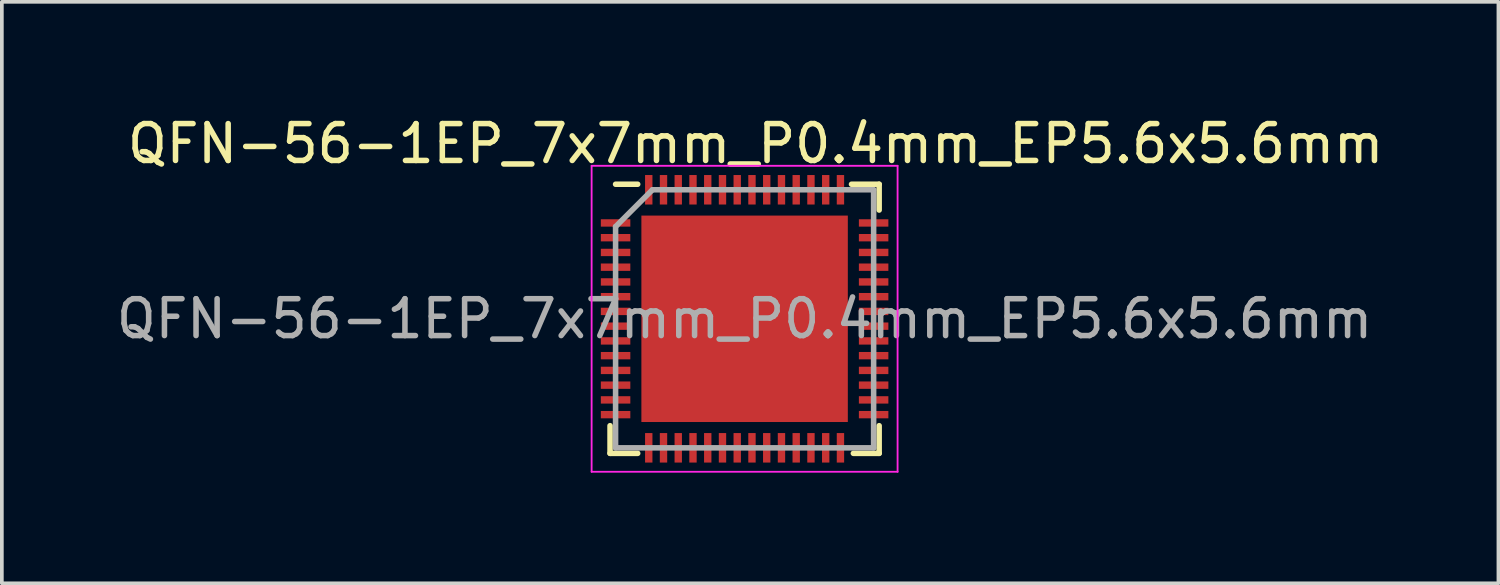
<source format=kicad_pcb>
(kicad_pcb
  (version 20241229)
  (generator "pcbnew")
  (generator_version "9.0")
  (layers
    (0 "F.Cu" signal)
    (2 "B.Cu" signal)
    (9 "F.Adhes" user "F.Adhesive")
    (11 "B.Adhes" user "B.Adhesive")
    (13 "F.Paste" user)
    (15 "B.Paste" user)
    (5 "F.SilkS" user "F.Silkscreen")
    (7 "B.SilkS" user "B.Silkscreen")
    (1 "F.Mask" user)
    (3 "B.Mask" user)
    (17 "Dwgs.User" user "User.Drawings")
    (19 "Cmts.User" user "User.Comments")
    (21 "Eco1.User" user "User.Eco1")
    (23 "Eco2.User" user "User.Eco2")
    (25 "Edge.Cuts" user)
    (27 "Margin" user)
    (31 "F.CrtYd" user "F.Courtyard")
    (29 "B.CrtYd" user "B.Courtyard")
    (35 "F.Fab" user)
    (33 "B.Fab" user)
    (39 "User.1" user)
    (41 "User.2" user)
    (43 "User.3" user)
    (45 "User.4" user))
  (footprint "QFN-56-1EP_7x7mm_P0.4mm_EP5.6x5.6mm"
    (layer "F.Cu")
    (at 17.149 5.598)
    (property "Reference" "QFN-56-1EP_7x7mm_P0.4mm_EP5.6x5.6mm" (at 0.3 -4.75 0) (layer "F.SilkS") (effects (font (size 1 1) (thickness 0.15))))
    (attr smd)
    (fp_line (start -3.65 2.9) (end -3.65 3.65) (stroke (width 0.15) (type solid)) (layer "F.SilkS"))
    (fp_line (start -3.65 3.65) (end -2.9 3.65) (stroke (width 0.15) (type solid)) (layer "F.SilkS"))
    (fp_line (start -3.5 -3.65) (end -2.9 -3.65) (stroke (width 0.15) (type solid)) (layer "F.SilkS"))
    (fp_line (start 3.65 -3.65) (end 2.9 -3.65) (stroke (width 0.15) (type solid)) (layer "F.SilkS"))
    (fp_line (start 3.65 -3.65) (end 3.65 -2.95) (stroke (width 0.15) (type solid)) (layer "F.SilkS"))
    (fp_line (start 3.65 2.9) (end 3.65 3.65) (stroke (width 0.15) (type solid)) (layer "F.SilkS"))
    (fp_line (start 3.65 3.65) (end 2.95 3.65) (stroke (width 0.15) (type solid)) (layer "F.SilkS"))
    (fp_line (start -4.15 -4.15) (end -4.15 4.15) (stroke (width 0.05) (type solid)) (layer "F.CrtYd"))
    (fp_line (start -4.15 -4.15) (end 4.15 -4.15) (stroke (width 0.05) (type solid)) (layer "F.CrtYd"))
    (fp_line (start -4.15 4.15) (end 4.15 4.15) (stroke (width 0.05) (type solid)) (layer "F.CrtYd"))
    (fp_line (start 4.15 -4.15) (end 4.15 4.15) (stroke (width 0.05) (type solid)) (layer "F.CrtYd"))
    (fp_line (start -3.5 -2.5) (end -2.5 -3.5) (stroke (width 0.15) (type solid)) (layer "F.Fab"))
    (fp_line (start -3.5 3.5) (end -3.5 -2.5) (stroke (width 0.15) (type solid)) (layer "F.Fab"))
    (fp_line (start -2.5 -3.5) (end 3.5 -3.5) (stroke (width 0.15) (type solid)) (layer "F.Fab"))
    (fp_line (start 3.5 -3.5) (end 3.5 3.5) (stroke (width 0.15) (type solid)) (layer "F.Fab"))
    (fp_line (start 3.5 3.5) (end -3.5 3.5) (stroke (width 0.15) (type solid)) (layer "F.Fab"))
    (fp_text user "${REFERENCE}" (at 0 0 0) (layer "F.Fab") (effects (font (size 1 1) (thickness 0.15))))
    (pad "" smd rect (at -2.24 -2.24) (size 0.9 0.9) (layers "F.Paste"))
    (pad "" smd rect (at -2.24 -1.12) (size 0.9 0.9) (layers "F.Paste"))
    (pad "" smd rect (at -2.24 0) (size 0.9 0.9) (layers "F.Paste"))
    (pad "" smd rect (at -2.24 1.12) (size 0.9 0.9) (layers "F.Paste"))
    (pad "" smd rect (at -2.24 2.24) (size 0.9 0.9) (layers "F.Paste"))
    (pad "" smd rect (at -1.12 -2.24) (size 0.9 0.9) (layers "F.Paste"))
    (pad "" smd rect (at -1.12 -1.12) (size 0.9 0.9) (layers "F.Paste"))
    (pad "" smd rect (at -1.12 0) (size 0.9 0.9) (layers "F.Paste"))
    (pad "" smd rect (at -1.12 1.12) (size 0.9 0.9) (layers "F.Paste"))
    (pad "" smd rect (at -1.12 2.24) (size 0.9 0.9) (layers "F.Paste"))
    (pad "" smd rect (at 0 -2.24) (size 0.9 0.9) (layers "F.Paste"))
    (pad "" smd rect (at 0 -1.12) (size 0.9 0.9) (layers "F.Paste"))
    (pad "" smd rect (at 0 0) (size 0.9 0.9) (layers "F.Paste"))
    (pad "" smd rect (at 0 1.12) (size 0.9 0.9) (layers "F.Paste"))
    (pad "" smd rect (at 0 2.24) (size 0.9 0.9) (layers "F.Paste"))
    (pad "" smd rect (at 1.12 -2.24) (size 0.9 0.9) (layers "F.Paste"))
    (pad "" smd rect (at 1.12 -1.12) (size 0.9 0.9) (layers "F.Paste"))
    (pad "" smd rect (at 1.12 0) (size 0.9 0.9) (layers "F.Paste"))
    (pad "" smd rect (at 1.12 1.12) (size 0.9 0.9) (layers "F.Paste"))
    (pad "" smd rect (at 1.12 2.24) (size 0.9 0.9) (layers "F.Paste"))
    (pad "" smd rect (at 2.24 -2.24) (size 0.9 0.9) (layers "F.Paste"))
    (pad "" smd rect (at 2.24 -1.12) (size 0.9 0.9) (layers "F.Paste"))
    (pad "" smd rect (at 2.24 0) (size 0.9 0.9) (layers "F.Paste"))
    (pad "" smd rect (at 2.24 1.12) (size 0.9 0.9) (layers "F.Paste"))
    (pad "" smd rect (at 2.24 2.24) (size 0.9 0.9) (layers "F.Paste"))
    (pad "1" smd rect (at -3.5 -2.6) (size 0.8 0.2) (layers "F.Cu" "F.Mask" "F.Paste"))
    (pad "2" smd rect (at -3.5 -2.2) (size 0.8 0.2) (layers "F.Cu" "F.Mask" "F.Paste"))
    (pad "3" smd rect (at -3.5 -1.8) (size 0.8 0.2) (layers "F.Cu" "F.Mask" "F.Paste"))
    (pad "4" smd rect (at -3.5 -1.4) (size 0.8 0.2) (layers "F.Cu" "F.Mask" "F.Paste"))
    (pad "5" smd rect (at -3.5 -1) (size 0.8 0.2) (layers "F.Cu" "F.Mask" "F.Paste"))
    (pad "6" smd rect (at -3.5 -0.6) (size 0.8 0.2) (layers "F.Cu" "F.Mask" "F.Paste"))
    (pad "7" smd rect (at -3.5 -0.2) (size 0.8 0.2) (layers "F.Cu" "F.Mask" "F.Paste"))
    (pad "8" smd rect (at -3.5 0.2) (size 0.8 0.2) (layers "F.Cu" "F.Mask" "F.Paste"))
    (pad "9" smd rect (at -3.5 0.6) (size 0.8 0.2) (layers "F.Cu" "F.Mask" "F.Paste"))
    (pad "10" smd rect (at -3.5 1) (size 0.8 0.2) (layers "F.Cu" "F.Mask" "F.Paste"))
    (pad "11" smd rect (at -3.5 1.4) (size 0.8 0.2) (layers "F.Cu" "F.Mask" "F.Paste"))
    (pad "12" smd rect (at -3.5 1.8) (size 0.8 0.2) (layers "F.Cu" "F.Mask" "F.Paste"))
    (pad "13" smd rect (at -3.5 2.2) (size 0.8 0.2) (layers "F.Cu" "F.Mask" "F.Paste"))
    (pad "14" smd rect (at -3.5 2.6) (size 0.8 0.2) (layers "F.Cu" "F.Mask" "F.Paste"))
    (pad "15" smd rect (at -2.6 3.5 90) (size 0.8 0.2) (layers "F.Cu" "F.Mask" "F.Paste"))
    (pad "16" smd rect (at -2.2 3.5 90) (size 0.8 0.2) (layers "F.Cu" "F.Mask" "F.Paste"))
    (pad "17" smd rect (at -1.8 3.5 90) (size 0.8 0.2) (layers "F.Cu" "F.Mask" "F.Paste"))
    (pad "18" smd rect (at -1.4 3.5 90) (size 0.8 0.2) (layers "F.Cu" "F.Mask" "F.Paste"))
    (pad "19" smd rect (at -1 3.5 90) (size 0.8 0.2) (layers "F.Cu" "F.Mask" "F.Paste"))
    (pad "20" smd rect (at -0.6 3.5 90) (size 0.8 0.2) (layers "F.Cu" "F.Mask" "F.Paste"))
    (pad "21" smd rect (at -0.2 3.5 90) (size 0.8 0.2) (layers "F.Cu" "F.Mask" "F.Paste"))
    (pad "22" smd rect (at 0.2 3.5 90) (size 0.8 0.2) (layers "F.Cu" "F.Mask" "F.Paste"))
    (pad "23" smd rect (at 0.6 3.5 90) (size 0.8 0.2) (layers "F.Cu" "F.Mask" "F.Paste"))
    (pad "24" smd rect (at 1 3.5 90) (size 0.8 0.2) (layers "F.Cu" "F.Mask" "F.Paste"))
    (pad "25" smd rect (at 1.4 3.5 90) (size 0.8 0.2) (layers "F.Cu" "F.Mask" "F.Paste"))
    (pad "26" smd rect (at 1.8 3.5 90) (size 0.8 0.2) (layers "F.Cu" "F.Mask" "F.Paste"))
    (pad "27" smd rect (at 2.2 3.5 90) (size 0.8 0.2) (layers "F.Cu" "F.Mask" "F.Paste"))
    (pad "28" smd rect (at 2.6 3.5 90) (size 0.8 0.2) (layers "F.Cu" "F.Mask" "F.Paste"))
    (pad "29" smd rect (at 3.5 2.6) (size 0.8 0.2) (layers "F.Cu" "F.Mask" "F.Paste"))
    (pad "30" smd rect (at 3.5 2.2) (size 0.8 0.2) (layers "F.Cu" "F.Mask" "F.Paste"))
    (pad "31" smd rect (at 3.5 1.8) (size 0.8 0.2) (layers "F.Cu" "F.Mask" "F.Paste"))
    (pad "32" smd rect (at 3.5 1.4) (size 0.8 0.2) (layers "F.Cu" "F.Mask" "F.Paste"))
    (pad "33" smd rect (at 3.5 1) (size 0.8 0.2) (layers "F.Cu" "F.Mask" "F.Paste"))
    (pad "34" smd rect (at 3.5 0.6) (size 0.8 0.2) (layers "F.Cu" "F.Mask" "F.Paste"))
    (pad "35" smd rect (at 3.5 0.2) (size 0.8 0.2) (layers "F.Cu" "F.Mask" "F.Paste"))
    (pad "36" smd rect (at 3.5 -0.2) (size 0.8 0.2) (layers "F.Cu" "F.Mask" "F.Paste"))
    (pad "37" smd rect (at 3.5 -0.6) (size 0.8 0.2) (layers "F.Cu" "F.Mask" "F.Paste"))
    (pad "38" smd rect (at 3.5 -1) (size 0.8 0.2) (layers "F.Cu" "F.Mask" "F.Paste"))
    (pad "39" smd rect (at 3.5 -1.4) (size 0.8 0.2) (layers "F.Cu" "F.Mask" "F.Paste"))
    (pad "40" smd rect (at 3.5 -1.8) (size 0.8 0.2) (layers "F.Cu" "F.Mask" "F.Paste"))
    (pad "41" smd rect (at 3.5 -2.2) (size 0.8 0.2) (layers "F.Cu" "F.Mask" "F.Paste"))
    (pad "42" smd rect (at 3.5 -2.6) (size 0.8 0.2) (layers "F.Cu" "F.Mask" "F.Paste"))
    (pad "43" smd rect (at 2.6 -3.5 90) (size 0.8 0.2) (layers "F.Cu" "F.Mask" "F.Paste"))
    (pad "44" smd rect (at 2.2 -3.5 90) (size 0.8 0.2) (layers "F.Cu" "F.Mask" "F.Paste"))
    (pad "45" smd rect (at 1.8 -3.5 90) (size 0.8 0.2) (layers "F.Cu" "F.Mask" "F.Paste"))
    (pad "46" smd rect (at 1.4 -3.5 90) (size 0.8 0.2) (layers "F.Cu" "F.Mask" "F.Paste"))
    (pad "47" smd rect (at 1 -3.5 90) (size 0.8 0.2) (layers "F.Cu" "F.Mask" "F.Paste"))
    (pad "48" smd rect (at 0.6 -3.5 90) (size 0.8 0.2) (layers "F.Cu" "F.Mask" "F.Paste"))
    (pad "49" smd rect (at 0.2 -3.5 90) (size 0.8 0.2) (layers "F.Cu" "F.Mask" "F.Paste"))
    (pad "50" smd rect (at -0.2 -3.5 90) (size 0.8 0.2) (layers "F.Cu" "F.Mask" "F.Paste"))
    (pad "51" smd rect (at -0.6 -3.5 90) (size 0.8 0.2) (layers "F.Cu" "F.Mask" "F.Paste"))
    (pad "52" smd rect (at -1 -3.5 90) (size 0.8 0.2) (layers "F.Cu" "F.Mask" "F.Paste"))
    (pad "53" smd rect (at -1.4 -3.5 90) (size 0.8 0.2) (layers "F.Cu" "F.Mask" "F.Paste"))
    (pad "54" smd rect (at -1.8 -3.5 90) (size 0.8 0.2) (layers "F.Cu" "F.Mask" "F.Paste"))
    (pad "55" smd rect (at -2.2 -3.5 90) (size 0.8 0.2) (layers "F.Cu" "F.Mask" "F.Paste"))
    (pad "56" smd rect (at -2.6 -3.5 90) (size 0.8 0.2) (layers "F.Cu" "F.Mask" "F.Paste"))
    (pad "57" smd rect (at 0 0) (size 5.6 5.6) (layers "F.Cu" "F.Mask")))
  (gr_rect
    (start -3 -3)
    (end 37.598 12.773)
    (stroke (width 0.1) (type default))
    (fill no)
    (layer "Edge.Cuts")))
</source>
